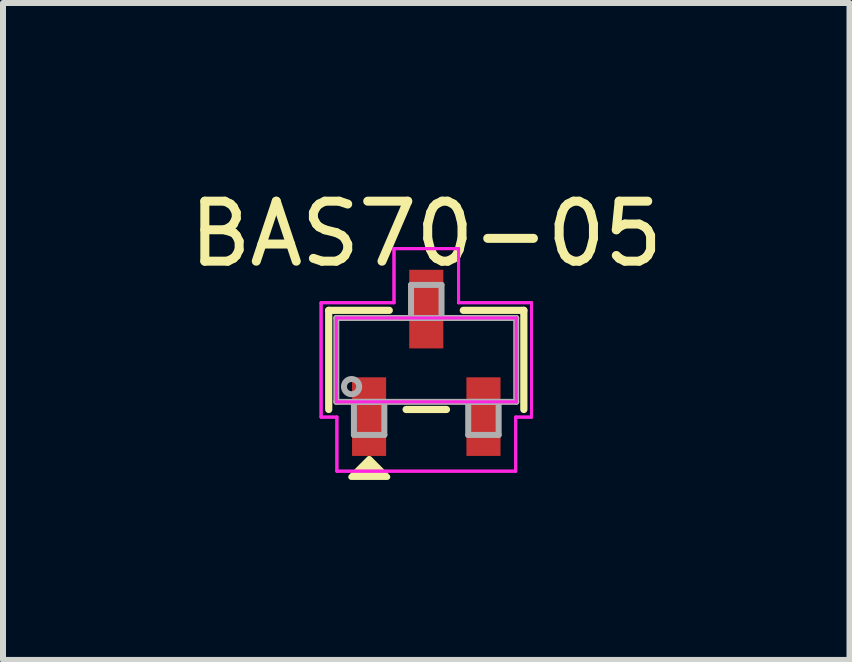
<source format=kicad_pcb>
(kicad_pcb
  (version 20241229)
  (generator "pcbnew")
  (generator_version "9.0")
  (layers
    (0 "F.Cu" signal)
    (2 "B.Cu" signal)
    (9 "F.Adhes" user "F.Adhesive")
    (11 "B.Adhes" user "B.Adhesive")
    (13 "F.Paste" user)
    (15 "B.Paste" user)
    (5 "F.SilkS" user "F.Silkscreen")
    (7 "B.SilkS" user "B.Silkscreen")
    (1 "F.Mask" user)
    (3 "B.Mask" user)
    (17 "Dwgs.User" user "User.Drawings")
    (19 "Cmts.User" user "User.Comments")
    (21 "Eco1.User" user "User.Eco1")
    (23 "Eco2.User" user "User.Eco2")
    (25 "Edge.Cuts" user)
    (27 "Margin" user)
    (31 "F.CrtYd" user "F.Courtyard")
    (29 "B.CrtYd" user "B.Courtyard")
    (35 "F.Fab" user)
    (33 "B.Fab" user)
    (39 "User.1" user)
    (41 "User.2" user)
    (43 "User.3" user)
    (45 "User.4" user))
  (footprint "BAS70-05"
    (layer "F.Cu")
    (at 4.054 2.948)
    (property "Reference" "BAS70-05" (at 0 -2.1 0) (layer "F.SilkS") (effects (font (size 1 1) (thickness 0.15))))
    (attr through_hole)
    (fp_line (start -1.626 -0.826) (end -1.626 0.826) (stroke (width 0.12) (type solid)) (layer "F.SilkS"))
    (fp_line (start -0.617 -0.826) (end -1.626 -0.826) (stroke (width 0.12) (type solid)) (layer "F.SilkS"))
    (fp_line (start -0.336 0.826) (end 0.336 0.826) (stroke (width 0.12) (type solid)) (layer "F.SilkS"))
    (fp_line (start 1.626 -0.826) (end 0.617 -0.826) (stroke (width 0.12) (type solid)) (layer "F.SilkS"))
    (fp_line (start 1.626 0.826) (end 1.626 -0.826) (stroke (width 0.12) (type solid)) (layer "F.SilkS"))
    (fp_poly (pts (xy -0.95 1.65) (xy -1.25 1.95) (xy -0.65 1.95)) (stroke (width 0.1) (type solid)) (fill yes) (layer "F.SilkS"))
    (fp_line (start -1.753 -0.953) (end -0.538 -0.953) (stroke (width 0.05) (type solid)) (layer "F.CrtYd"))
    (fp_line (start -1.753 -0.953) (end -0.538 -0.953) (stroke (width 0.05) (type solid)) (layer "F.CrtYd"))
    (fp_line (start -1.753 0.953) (end -1.753 -0.953) (stroke (width 0.05) (type solid)) (layer "F.CrtYd"))
    (fp_line (start -1.753 0.953) (end -1.753 -0.953) (stroke (width 0.05) (type solid)) (layer "F.CrtYd"))
    (fp_line (start -1.753 0.953) (end -1.49 0.953) (stroke (width 0.05) (type solid)) (layer "F.CrtYd"))
    (fp_line (start -1.499 -0.699) (end 1.499 -0.699) (stroke (width 0.05) (type solid)) (layer "F.CrtYd"))
    (fp_line (start -1.499 0.699) (end -1.499 -0.699) (stroke (width 0.05) (type solid)) (layer "F.CrtYd"))
    (fp_line (start -1.49 0.953) (end -1.753 0.953) (stroke (width 0.05) (type solid)) (layer "F.CrtYd"))
    (fp_line (start -1.49 0.953) (end -1.49 1.854) (stroke (width 0.05) (type solid)) (layer "F.CrtYd"))
    (fp_line (start -1.49 1.854) (end -1.49 0.953) (stroke (width 0.05) (type solid)) (layer "F.CrtYd"))
    (fp_line (start -1.49 1.854) (end 1.49 1.854) (stroke (width 0.05) (type solid)) (layer "F.CrtYd"))
    (fp_line (start -0.538 -1.854) (end 0.538 -1.854) (stroke (width 0.05) (type solid)) (layer "F.CrtYd"))
    (fp_line (start -0.538 -1.854) (end 0.538 -1.854) (stroke (width 0.05) (type solid)) (layer "F.CrtYd"))
    (fp_line (start -0.538 -0.953) (end -0.538 -1.854) (stroke (width 0.05) (type solid)) (layer "F.CrtYd"))
    (fp_line (start -0.538 -0.953) (end -0.538 -1.854) (stroke (width 0.05) (type solid)) (layer "F.CrtYd"))
    (fp_line (start 0.538 -1.854) (end 0.538 -0.953) (stroke (width 0.05) (type solid)) (layer "F.CrtYd"))
    (fp_line (start 0.538 -0.953) (end 0.538 -1.854) (stroke (width 0.05) (type solid)) (layer "F.CrtYd"))
    (fp_line (start 0.538 -0.953) (end 1.753 -0.953) (stroke (width 0.05) (type solid)) (layer "F.CrtYd"))
    (fp_line (start 1.49 0.953) (end 1.49 1.854) (stroke (width 0.05) (type solid)) (layer "F.CrtYd"))
    (fp_line (start 1.49 0.953) (end 1.49 1.854) (stroke (width 0.05) (type solid)) (layer "F.CrtYd"))
    (fp_line (start 1.49 1.854) (end -1.49 1.854) (stroke (width 0.05) (type solid)) (layer "F.CrtYd"))
    (fp_line (start 1.499 -0.699) (end 1.499 0.699) (stroke (width 0.05) (type solid)) (layer "F.CrtYd"))
    (fp_line (start 1.499 0.699) (end -1.499 0.699) (stroke (width 0.05) (type solid)) (layer "F.CrtYd"))
    (fp_line (start 1.753 -0.953) (end 0.538 -0.953) (stroke (width 0.05) (type solid)) (layer "F.CrtYd"))
    (fp_line (start 1.753 -0.953) (end 1.753 0.953) (stroke (width 0.05) (type solid)) (layer "F.CrtYd"))
    (fp_line (start 1.753 -0.953) (end 1.753 0.953) (stroke (width 0.05) (type solid)) (layer "F.CrtYd"))
    (fp_line (start 1.753 0.953) (end 1.49 0.953) (stroke (width 0.05) (type solid)) (layer "F.CrtYd"))
    (fp_line (start 1.753 0.953) (end 1.49 0.953) (stroke (width 0.05) (type solid)) (layer "F.CrtYd"))
    (fp_line (start -1.499 -0.699) (end -1.499 0.699) (stroke (width 0.1) (type solid)) (layer "F.Fab"))
    (fp_line (start -1.499 0.699) (end 1.499 0.699) (stroke (width 0.1) (type solid)) (layer "F.Fab"))
    (fp_line (start -1.206 0.699) (end -1.206 1.25) (stroke (width 0.1) (type solid)) (layer "F.Fab"))
    (fp_line (start -1.206 1.25) (end -0.699 1.25) (stroke (width 0.1) (type solid)) (layer "F.Fab"))
    (fp_line (start -0.699 0.699) (end -1.206 0.699) (stroke (width 0.1) (type solid)) (layer "F.Fab"))
    (fp_line (start -0.699 1.25) (end -0.699 0.699) (stroke (width 0.1) (type solid)) (layer "F.Fab"))
    (fp_line (start -0.254 -1.25) (end -0.254 -0.699) (stroke (width 0.1) (type solid)) (layer "F.Fab"))
    (fp_line (start -0.254 -0.699) (end 0.254 -0.699) (stroke (width 0.1) (type solid)) (layer "F.Fab"))
    (fp_line (start 0.254 -1.25) (end -0.254 -1.25) (stroke (width 0.1) (type solid)) (layer "F.Fab"))
    (fp_line (start 0.254 -0.699) (end 0.254 -1.25) (stroke (width 0.1) (type solid)) (layer "F.Fab"))
    (fp_line (start 0.699 0.699) (end 0.699 1.25) (stroke (width 0.1) (type solid)) (layer "F.Fab"))
    (fp_line (start 0.699 1.25) (end 1.206 1.25) (stroke (width 0.1) (type solid)) (layer "F.Fab"))
    (fp_line (start 1.206 0.699) (end 0.699 0.699) (stroke (width 0.1) (type solid)) (layer "F.Fab"))
    (fp_line (start 1.206 1.25) (end 1.206 0.699) (stroke (width 0.1) (type solid)) (layer "F.Fab"))
    (fp_line (start 1.499 -0.699) (end -1.499 -0.699) (stroke (width 0.1) (type solid)) (layer "F.Fab"))
    (fp_line (start 1.499 0.699) (end 1.499 -0.699) (stroke (width 0.1) (type solid)) (layer "F.Fab"))
    (fp_circle (center -1.245 0.445) (end -1.118 0.445) (stroke (width 0.1) (type solid)) (fill no) (layer "F.Fab"))
    (pad "1" smd rect (at -0.953 0.945) (size 0.568 1.31) (layers "F.Cu" "F.Mask" "F.Paste"))
    (pad "2" smd rect (at 0.953 0.945) (size 0.568 1.31) (layers "F.Cu" "F.Mask" "F.Paste"))
    (pad "3" smd rect (at 0 -0.847) (size 0.568 1.31) (layers "F.Cu" "F.Mask" "F.Paste")))
  (gr_rect
    (start -3 -3)
    (end 11.107 7.948)
    (stroke (width 0.1) (type default))
    (fill no)
    (layer "Edge.Cuts")))
</source>
